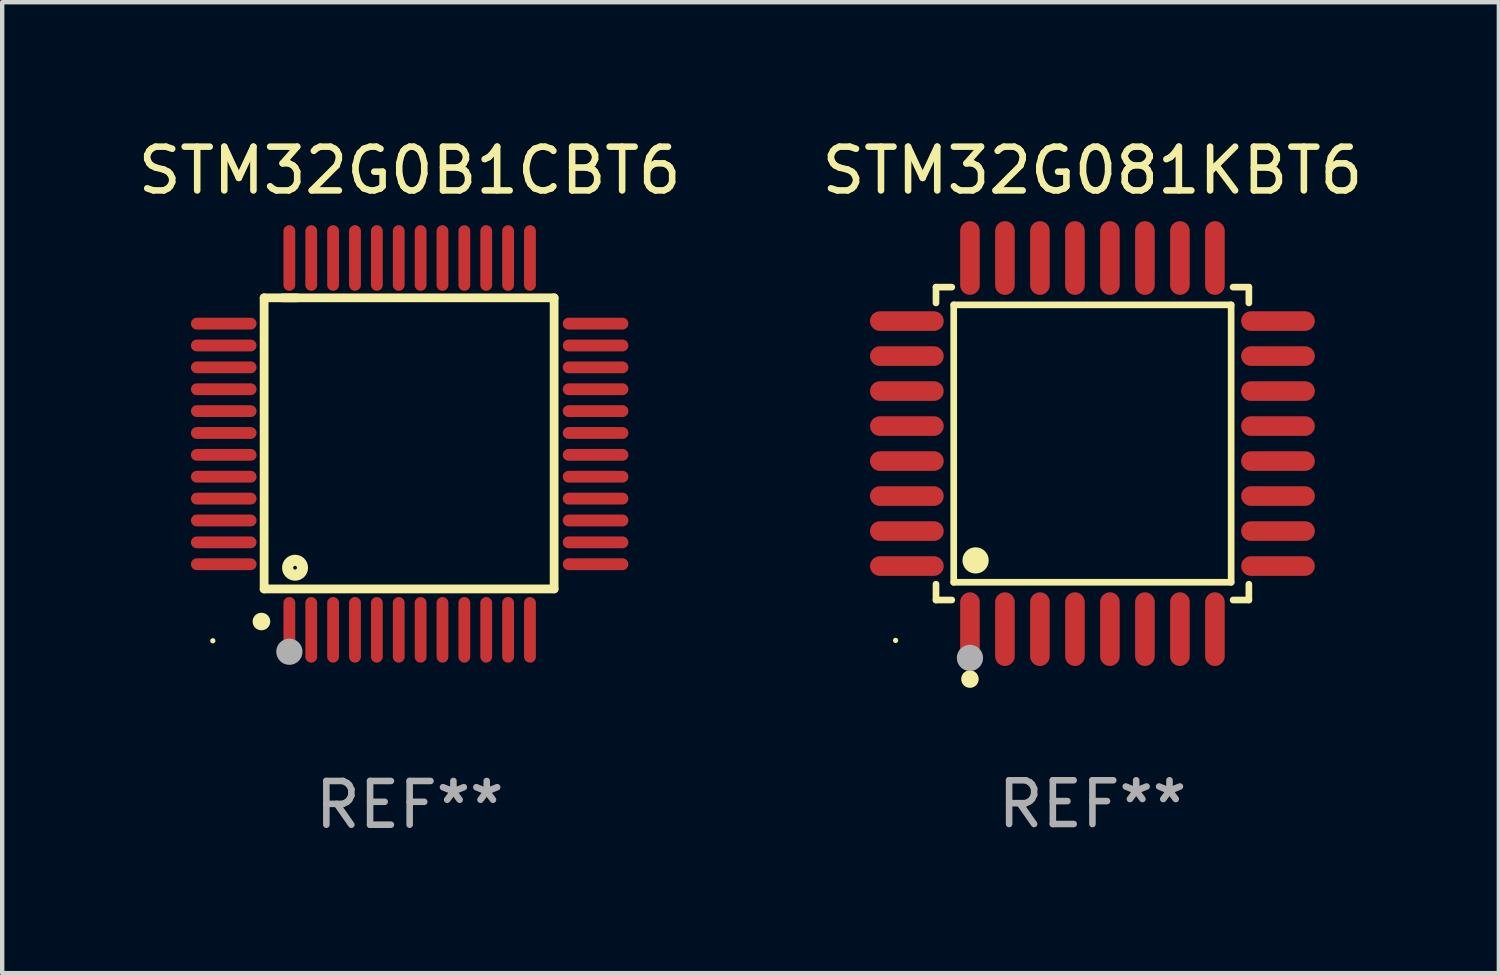
<source format=kicad_pcb>
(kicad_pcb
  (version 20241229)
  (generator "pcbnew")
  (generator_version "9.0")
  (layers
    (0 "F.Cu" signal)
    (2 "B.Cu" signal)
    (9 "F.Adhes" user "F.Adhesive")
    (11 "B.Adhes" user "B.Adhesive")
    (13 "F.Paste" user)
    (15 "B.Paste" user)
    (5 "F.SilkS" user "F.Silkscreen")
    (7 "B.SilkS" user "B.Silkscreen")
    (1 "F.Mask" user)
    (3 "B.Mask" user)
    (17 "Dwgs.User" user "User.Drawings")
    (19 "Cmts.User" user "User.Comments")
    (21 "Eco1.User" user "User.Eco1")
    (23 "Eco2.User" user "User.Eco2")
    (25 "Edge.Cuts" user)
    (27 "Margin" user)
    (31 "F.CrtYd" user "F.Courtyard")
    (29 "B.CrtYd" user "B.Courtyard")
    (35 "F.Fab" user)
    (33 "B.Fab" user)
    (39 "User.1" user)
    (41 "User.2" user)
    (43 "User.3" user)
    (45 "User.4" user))
  (footprint "STM32G081KBT6"
    (layer "F.Cu")
    (at 21.923 7.09)
    (property "Reference" "STM32G081KBT6" (at 0 -6.242 0) (layer "F.SilkS") (effects (font (size 1 1) (thickness 0.15))))
    (attr through_hole)
    (fp_line (start -3.576 -3.576) (end -3.215 -3.576) (stroke (width 0.152) (type solid)) (layer "F.SilkS"))
    (fp_line (start -3.576 -3.215) (end -3.576 -3.576) (stroke (width 0.152) (type solid)) (layer "F.SilkS"))
    (fp_line (start -3.576 3.215) (end -3.576 3.576) (stroke (width 0.152) (type solid)) (layer "F.SilkS"))
    (fp_line (start -3.576 3.576) (end -3.215 3.576) (stroke (width 0.152) (type solid)) (layer "F.SilkS"))
    (fp_line (start -3.171 -3.171) (end 3.171 -3.171) (stroke (width 0.152) (type solid)) (layer "F.SilkS"))
    (fp_line (start -3.171 3.171) (end -3.171 -3.171) (stroke (width 0.152) (type solid)) (layer "F.SilkS"))
    (fp_line (start 3.171 -3.171) (end 3.171 3.171) (stroke (width 0.152) (type solid)) (layer "F.SilkS"))
    (fp_line (start 3.171 3.171) (end -3.171 3.171) (stroke (width 0.152) (type solid)) (layer "F.SilkS"))
    (fp_line (start 3.576 -3.576) (end 3.215 -3.576) (stroke (width 0.152) (type solid)) (layer "F.SilkS"))
    (fp_line (start 3.576 -3.215) (end 3.576 -3.576) (stroke (width 0.152) (type solid)) (layer "F.SilkS"))
    (fp_line (start 3.576 3.215) (end 3.576 3.576) (stroke (width 0.152) (type solid)) (layer "F.SilkS"))
    (fp_line (start 3.576 3.576) (end 3.215 3.576) (stroke (width 0.152) (type solid)) (layer "F.SilkS"))
    (fp_circle (center -4.5 4.5) (end -4.47 4.5) (stroke (width 0.06) (type solid)) (fill no) (layer "F.SilkS"))
    (fp_circle (center -2.8 5.384) (end -2.7 5.384) (stroke (width 0.2) (type solid)) (fill no) (layer "F.SilkS"))
    (fp_circle (center -2.671 2.671) (end -2.521 2.671) (stroke (width 0.3) (type solid)) (fill no) (layer "F.SilkS"))
    (fp_circle (center -2.8 4.9) (end -2.65 4.9) (stroke (width 0.3) (type solid)) (fill no) (layer "F.Fab"))
    (fp_text user "REF**" (at 0 8.242 0) (layer "F.Fab") (effects (font (size 1 1) (thickness 0.15))))
    (pad "1" smd oval (at -2.8 4.242) (size 0.448 1.684) (layers "F.Cu" "F.Mask" "F.Paste"))
    (pad "2" smd oval (at -2 4.242) (size 0.448 1.684) (layers "F.Cu" "F.Mask" "F.Paste"))
    (pad "3" smd oval (at -1.2 4.242) (size 0.448 1.684) (layers "F.Cu" "F.Mask" "F.Paste"))
    (pad "4" smd oval (at -0.4 4.242) (size 0.448 1.684) (layers "F.Cu" "F.Mask" "F.Paste"))
    (pad "5" smd oval (at 0.4 4.242) (size 0.448 1.684) (layers "F.Cu" "F.Mask" "F.Paste"))
    (pad "6" smd oval (at 1.2 4.242) (size 0.448 1.684) (layers "F.Cu" "F.Mask" "F.Paste"))
    (pad "7" smd oval (at 2 4.242) (size 0.448 1.684) (layers "F.Cu" "F.Mask" "F.Paste"))
    (pad "8" smd oval (at 2.8 4.242) (size 0.448 1.684) (layers "F.Cu" "F.Mask" "F.Paste"))
    (pad "9" smd oval (at 4.242 2.8) (size 1.684 0.448) (layers "F.Cu" "F.Mask" "F.Paste"))
    (pad "10" smd oval (at 4.242 2) (size 1.684 0.448) (layers "F.Cu" "F.Mask" "F.Paste"))
    (pad "11" smd oval (at 4.242 1.2) (size 1.684 0.448) (layers "F.Cu" "F.Mask" "F.Paste"))
    (pad "12" smd oval (at 4.242 0.4) (size 1.684 0.448) (layers "F.Cu" "F.Mask" "F.Paste"))
    (pad "13" smd oval (at 4.242 -0.4) (size 1.684 0.448) (layers "F.Cu" "F.Mask" "F.Paste"))
    (pad "14" smd oval (at 4.242 -1.2) (size 1.684 0.448) (layers "F.Cu" "F.Mask" "F.Paste"))
    (pad "15" smd oval (at 4.242 -2) (size 1.684 0.448) (layers "F.Cu" "F.Mask" "F.Paste"))
    (pad "16" smd oval (at 4.242 -2.8) (size 1.684 0.448) (layers "F.Cu" "F.Mask" "F.Paste"))
    (pad "17" smd oval (at 2.8 -4.242) (size 0.448 1.684) (layers "F.Cu" "F.Mask" "F.Paste"))
    (pad "18" smd oval (at 2 -4.242) (size 0.448 1.684) (layers "F.Cu" "F.Mask" "F.Paste"))
    (pad "19" smd oval (at 1.2 -4.242) (size 0.448 1.684) (layers "F.Cu" "F.Mask" "F.Paste"))
    (pad "20" smd oval (at 0.4 -4.242) (size 0.448 1.684) (layers "F.Cu" "F.Mask" "F.Paste"))
    (pad "21" smd oval (at -0.4 -4.242) (size 0.448 1.684) (layers "F.Cu" "F.Mask" "F.Paste"))
    (pad "22" smd oval (at -1.2 -4.242) (size 0.448 1.684) (layers "F.Cu" "F.Mask" "F.Paste"))
    (pad "23" smd oval (at -2 -4.242) (size 0.448 1.684) (layers "F.Cu" "F.Mask" "F.Paste"))
    (pad "24" smd oval (at -2.8 -4.242) (size 0.448 1.684) (layers "F.Cu" "F.Mask" "F.Paste"))
    (pad "25" smd oval (at -4.242 -2.8) (size 1.684 0.448) (layers "F.Cu" "F.Mask" "F.Paste"))
    (pad "26" smd oval (at -4.242 -2) (size 1.684 0.448) (layers "F.Cu" "F.Mask" "F.Paste"))
    (pad "27" smd oval (at -4.242 -1.2) (size 1.684 0.448) (layers "F.Cu" "F.Mask" "F.Paste"))
    (pad "28" smd oval (at -4.242 -0.4) (size 1.684 0.448) (layers "F.Cu" "F.Mask" "F.Paste"))
    (pad "29" smd oval (at -4.242 0.4) (size 1.684 0.448) (layers "F.Cu" "F.Mask" "F.Paste"))
    (pad "30" smd oval (at -4.242 1.2) (size 1.684 0.448) (layers "F.Cu" "F.Mask" "F.Paste"))
    (pad "31" smd oval (at -4.242 2) (size 1.684 0.448) (layers "F.Cu" "F.Mask" "F.Paste"))
    (pad "32" smd oval (at -4.242 2.8) (size 1.684 0.448) (layers "F.Cu" "F.Mask" "F.Paste")))
  (footprint "STM32G0B1CBT6"
    (layer "F.Cu")
    (at 6.315 7.098)
    (property "Reference" "STM32G0B1CBT6" (at 0 -6.25 0) (layer "F.SilkS") (effects (font (size 1 1) (thickness 0.15))))
    (attr through_hole)
    (fp_line (start -3.327 -3.34) (end -2.565 -3.34) (stroke (width 0.2) (type solid)) (layer "F.SilkS"))
    (fp_line (start -3.327 3.315) (end -3.327 -3.34) (stroke (width 0.2) (type solid)) (layer "F.SilkS"))
    (fp_line (start -2.896 -3.34) (end 3.302 -3.34) (stroke (width 0.2) (type solid)) (layer "F.SilkS"))
    (fp_line (start 3.302 -3.34) (end 3.302 3.315) (stroke (width 0.2) (type solid)) (layer "F.SilkS"))
    (fp_line (start 3.302 3.315) (end -3.327 3.315) (stroke (width 0.2) (type solid)) (layer "F.SilkS"))
    (fp_arc (start -3.389992 4.059995) (mid -3.388722 4.059991) (end -3.387452 4.059995) (stroke (width 0.4) (type solid)) (layer "F.SilkS"))
    (fp_circle (center -4.5 4.5) (end -4.47 4.5) (stroke (width 0.06) (type solid)) (fill no) (layer "F.SilkS"))
    (fp_circle (center -2.62 2.83) (end -2.45 2.83) (stroke (width 0.254) (type solid)) (fill no) (layer "F.SilkS"))
    (fp_circle (center -2.75 4.75) (end -2.6 4.75) (stroke (width 0.3) (type solid)) (fill no) (layer "F.Fab"))
    (fp_text user "REF**" (at 0 8.25 0) (layer "F.Fab") (effects (font (size 1 1) (thickness 0.15))))
    (pad "1" smd oval (at -2.75 4.25) (size 0.27 1.5) (layers "F.Cu" "F.Mask" "F.Paste"))
    (pad "2" smd oval (at -2.25 4.25) (size 0.27 1.5) (layers "F.Cu" "F.Mask" "F.Paste"))
    (pad "3" smd oval (at -1.75 4.25) (size 0.27 1.5) (layers "F.Cu" "F.Mask" "F.Paste"))
    (pad "4" smd oval (at -1.25 4.25) (size 0.27 1.5) (layers "F.Cu" "F.Mask" "F.Paste"))
    (pad "5" smd oval (at -0.75 4.25) (size 0.27 1.5) (layers "F.Cu" "F.Mask" "F.Paste"))
    (pad "6" smd oval (at -0.25 4.25) (size 0.27 1.5) (layers "F.Cu" "F.Mask" "F.Paste"))
    (pad "7" smd oval (at 0.25 4.25) (size 0.27 1.5) (layers "F.Cu" "F.Mask" "F.Paste"))
    (pad "8" smd oval (at 0.75 4.25) (size 0.27 1.5) (layers "F.Cu" "F.Mask" "F.Paste"))
    (pad "9" smd oval (at 1.25 4.25) (size 0.27 1.5) (layers "F.Cu" "F.Mask" "F.Paste"))
    (pad "10" smd oval (at 1.75 4.25) (size 0.27 1.5) (layers "F.Cu" "F.Mask" "F.Paste"))
    (pad "11" smd oval (at 2.25 4.25) (size 0.27 1.5) (layers "F.Cu" "F.Mask" "F.Paste"))
    (pad "12" smd oval (at 2.75 4.25) (size 0.27 1.5) (layers "F.Cu" "F.Mask" "F.Paste"))
    (pad "13" smd oval (at 4.25 2.75) (size 1.5 0.27) (layers "F.Cu" "F.Mask" "F.Paste"))
    (pad "14" smd oval (at 4.25 2.25) (size 1.5 0.27) (layers "F.Cu" "F.Mask" "F.Paste"))
    (pad "15" smd oval (at 4.25 1.75) (size 1.5 0.27) (layers "F.Cu" "F.Mask" "F.Paste"))
    (pad "16" smd oval (at 4.25 1.25) (size 1.5 0.27) (layers "F.Cu" "F.Mask" "F.Paste"))
    (pad "17" smd oval (at 4.25 0.75) (size 1.5 0.27) (layers "F.Cu" "F.Mask" "F.Paste"))
    (pad "18" smd oval (at 4.25 0.25) (size 1.5 0.27) (layers "F.Cu" "F.Mask" "F.Paste"))
    (pad "19" smd oval (at 4.25 -0.25) (size 1.5 0.27) (layers "F.Cu" "F.Mask" "F.Paste"))
    (pad "20" smd oval (at 4.25 -0.75) (size 1.5 0.27) (layers "F.Cu" "F.Mask" "F.Paste"))
    (pad "21" smd oval (at 4.25 -1.25) (size 1.5 0.27) (layers "F.Cu" "F.Mask" "F.Paste"))
    (pad "22" smd oval (at 4.25 -1.75) (size 1.5 0.27) (layers "F.Cu" "F.Mask" "F.Paste"))
    (pad "23" smd oval (at 4.25 -2.25) (size 1.5 0.27) (layers "F.Cu" "F.Mask" "F.Paste"))
    (pad "24" smd oval (at 4.25 -2.75) (size 1.5 0.27) (layers "F.Cu" "F.Mask" "F.Paste"))
    (pad "25" smd oval (at 2.75 -4.25) (size 0.27 1.5) (layers "F.Cu" "F.Mask" "F.Paste"))
    (pad "26" smd oval (at 2.25 -4.25) (size 0.27 1.5) (layers "F.Cu" "F.Mask" "F.Paste"))
    (pad "27" smd oval (at 1.75 -4.25) (size 0.27 1.5) (layers "F.Cu" "F.Mask" "F.Paste"))
    (pad "28" smd oval (at 1.25 -4.25) (size 0.27 1.5) (layers "F.Cu" "F.Mask" "F.Paste"))
    (pad "29" smd oval (at 0.75 -4.25) (size 0.27 1.5) (layers "F.Cu" "F.Mask" "F.Paste"))
    (pad "30" smd oval (at 0.25 -4.25) (size 0.27 1.5) (layers "F.Cu" "F.Mask" "F.Paste"))
    (pad "31" smd oval (at -0.25 -4.25) (size 0.27 1.5) (layers "F.Cu" "F.Mask" "F.Paste"))
    (pad "32" smd oval (at -0.75 -4.25) (size 0.27 1.5) (layers "F.Cu" "F.Mask" "F.Paste"))
    (pad "33" smd oval (at -1.25 -4.25) (size 0.27 1.5) (layers "F.Cu" "F.Mask" "F.Paste"))
    (pad "34" smd oval (at -1.75 -4.25) (size 0.27 1.5) (layers "F.Cu" "F.Mask" "F.Paste"))
    (pad "35" smd oval (at -2.25 -4.25) (size 0.27 1.5) (layers "F.Cu" "F.Mask" "F.Paste"))
    (pad "36" smd oval (at -2.75 -4.25) (size 0.27 1.5) (layers "F.Cu" "F.Mask" "F.Paste"))
    (pad "37" smd oval (at -4.25 -2.75) (size 1.5 0.27) (layers "F.Cu" "F.Mask" "F.Paste"))
    (pad "38" smd oval (at -4.25 -2.25) (size 1.5 0.27) (layers "F.Cu" "F.Mask" "F.Paste"))
    (pad "39" smd oval (at -4.25 -1.75) (size 1.5 0.27) (layers "F.Cu" "F.Mask" "F.Paste"))
    (pad "40" smd oval (at -4.25 -1.25) (size 1.5 0.27) (layers "F.Cu" "F.Mask" "F.Paste"))
    (pad "41" smd oval (at -4.25 -0.75) (size 1.5 0.27) (layers "F.Cu" "F.Mask" "F.Paste"))
    (pad "42" smd oval (at -4.25 -0.25) (size 1.5 0.27) (layers "F.Cu" "F.Mask" "F.Paste"))
    (pad "43" smd oval (at -4.25 0.25) (size 1.5 0.27) (layers "F.Cu" "F.Mask" "F.Paste"))
    (pad "44" smd oval (at -4.25 0.75) (size 1.5 0.27) (layers "F.Cu" "F.Mask" "F.Paste"))
    (pad "45" smd oval (at -4.25 1.25) (size 1.5 0.27) (layers "F.Cu" "F.Mask" "F.Paste"))
    (pad "46" smd oval (at -4.25 1.75) (size 1.5 0.27) (layers "F.Cu" "F.Mask" "F.Paste"))
    (pad "47" smd oval (at -4.25 2.25) (size 1.5 0.27) (layers "F.Cu" "F.Mask" "F.Paste"))
    (pad "48" smd oval (at -4.25 2.75) (size 1.5 0.27) (layers "F.Cu" "F.Mask" "F.Paste")))
  (gr_rect
    (start -3 -3)
    (end 31.214 19.196)
    (stroke (width 0.1) (type default))
    (fill no)
    (layer "Edge.Cuts")))
</source>
